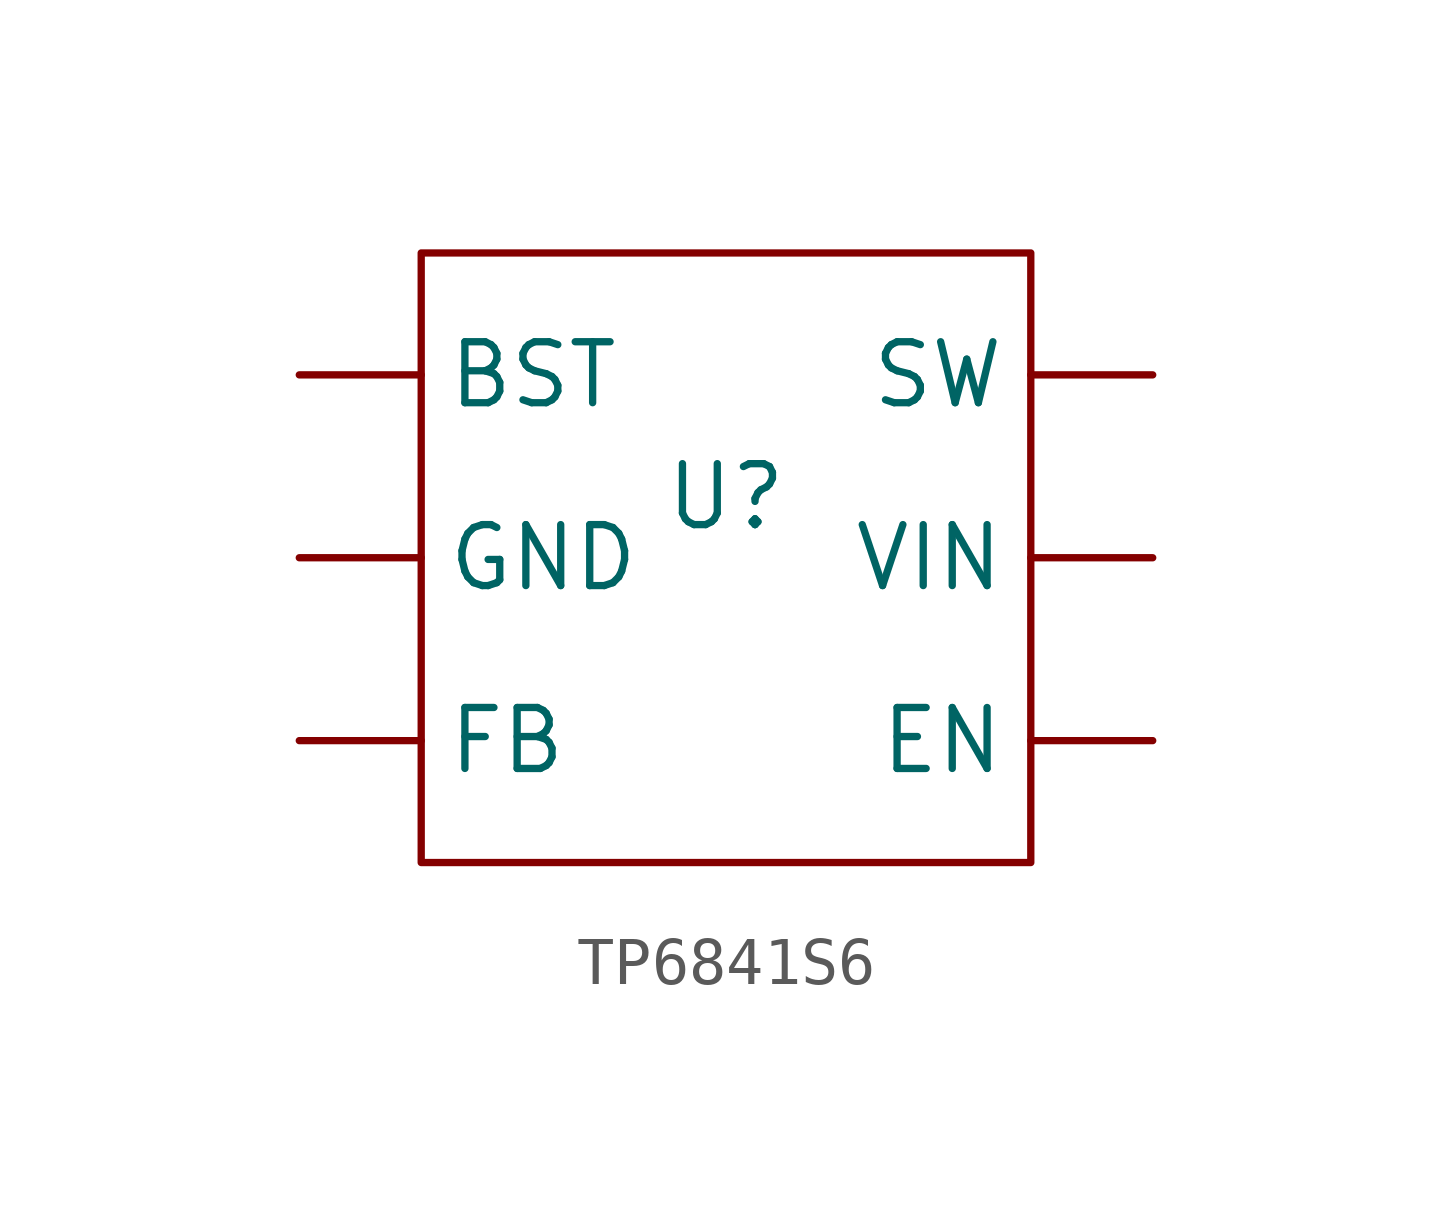
<source format=kicad_sym>
(kicad_symbol_lib
  (version 20241209)
  (generator "kicad_symbol_editor")
  (generator_version "9.0")
  (symbol "TP6841S6"
    (property "Reference" "U"
      (at 0 0 0)
      (effects (font (size 1.27 1.27))))
    (property "Value" ""
      (at 0 0 0)
      (effects (font (size 1.27 1.27))))
    (symbol "TP6841S6_0_1"
      (rectangle (start -6.35 5.08) (end 6.35 -7.62) (stroke (width 0) (type default)) (fill (type none))))
    (symbol "TP6841S6_1_1"
      (pin passive line (at -8.89 2.54 0) (length 2.54) (name "BST" (effects (font (size 1.27 1.27)))) (number "" (effects (font (size 1.27 1.27)))))
      (pin power_in line (at -8.89 -1.27 0) (length 2.54) (name "GND" (effects (font (size 1.27 1.27)))) (number "" (effects (font (size 1.27 1.27)))))
      (pin input line (at -8.89 -5.08 0) (length 2.54) (name "FB" (effects (font (size 1.27 1.27)))) (number "" (effects (font (size 1.27 1.27)))))
      (pin passive line (at 8.89 2.54 180) (length 2.54) (name "SW" (effects (font (size 1.27 1.27)))) (number "" (effects (font (size 1.27 1.27)))))
      (pin power_in line (at 8.89 -1.27 180) (length 2.54) (name "VIN" (effects (font (size 1.27 1.27)))) (number "" (effects (font (size 1.27 1.27)))))
      (pin input line (at 8.89 -5.08 180) (length 2.54) (name "EN" (effects (font (size 1.27 1.27)))) (number "" (effects (font (size 1.27 1.27))))))))
</source>
